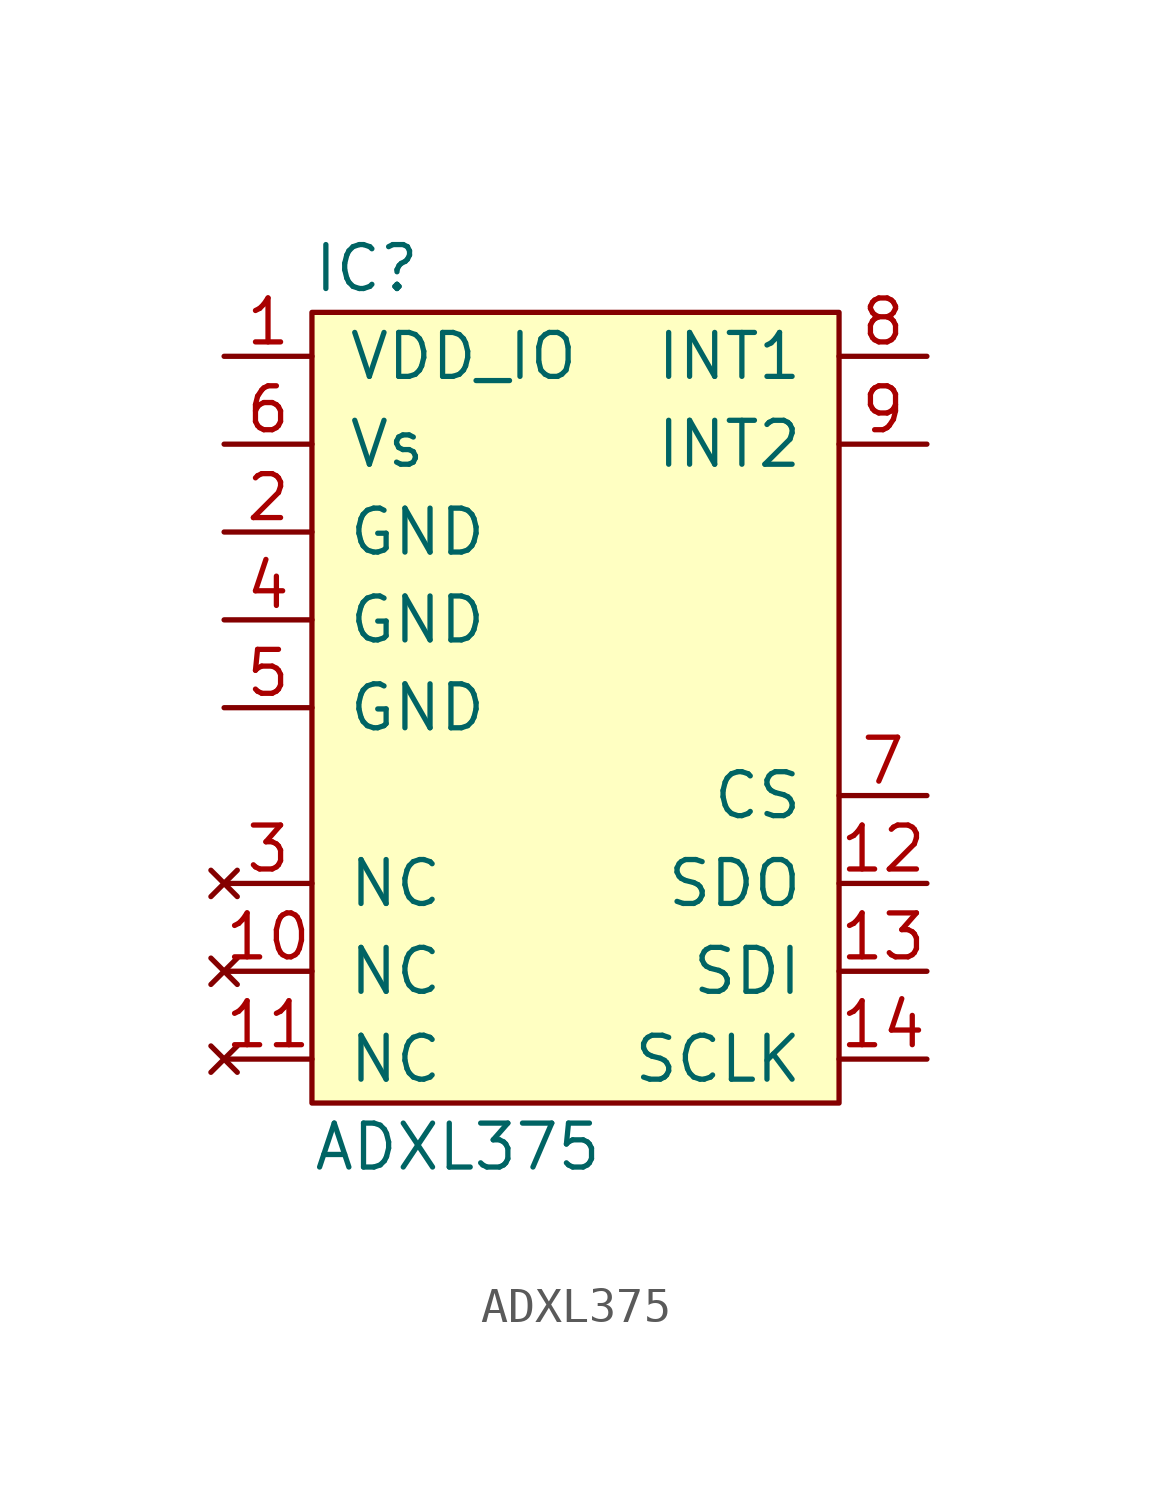
<source format=kicad_sym>
(kicad_symbol_lib
  (version 20211014)
  (generator kicad_symbol_editor)
  (symbol "ADXL375"
    (pin_names
      (offset 1.016))
    (property "Reference" "IC"
      (at -7.62 10.16 0)
      (effects (font (size 1.27 1.27)) (justify left)))
    (property "Value" "ADXL375"
      (at -7.62 -15.24 0)
      (effects (font (size 1.27 1.27)) (justify left)))
    (symbol "ADXL375_0_1"
      (rectangle (start 7.62 8.89) (end -7.62 -13.97) (stroke (width 0) (type default) (color 0 0 0 0)) (fill (type background))))
    (symbol "ADXL375_1_1"
      (pin power_in line (at -10.16 7.62 0) (length 2.54) (name "VDD_IO" (effects (font (size 1.27 1.27)))) (number "1" (effects (font (size 1.27 1.27)))))
      (pin no_connect line (at -10.16 -10.16 0) (length 2.54) (name "NC" (effects (font (size 1.27 1.27)))) (number "10" (effects (font (size 1.27 1.27)))))
      (pin no_connect line (at -10.16 -12.7 0) (length 2.54) (name "NC" (effects (font (size 1.27 1.27)))) (number "11" (effects (font (size 1.27 1.27)))))
      (pin output line (at 10.16 -7.62 180) (length 2.54) (name "SDO" (effects (font (size 1.27 1.27)))) (number "12" (effects (font (size 1.27 1.27)))))
      (pin input line (at 10.16 -10.16 180) (length 2.54) (name "SDI" (effects (font (size 1.27 1.27)))) (number "13" (effects (font (size 1.27 1.27)))))
      (pin input line (at 10.16 -12.7 180) (length 2.54) (name "SCLK" (effects (font (size 1.27 1.27)))) (number "14" (effects (font (size 1.27 1.27)))))
      (pin power_in line (at -10.16 2.54 0) (length 2.54) (name "GND" (effects (font (size 1.27 1.27)))) (number "2" (effects (font (size 1.27 1.27)))))
      (pin no_connect line (at -10.16 -7.62 0) (length 2.54) (name "NC" (effects (font (size 1.27 1.27)))) (number "3" (effects (font (size 1.27 1.27)))))
      (pin power_in line (at -10.16 0 0) (length 2.54) (name "GND" (effects (font (size 1.27 1.27)))) (number "4" (effects (font (size 1.27 1.27)))))
      (pin power_in line (at -10.16 -2.54 0) (length 2.54) (name "GND" (effects (font (size 1.27 1.27)))) (number "5" (effects (font (size 1.27 1.27)))))
      (pin power_in line (at -10.16 5.08 0) (length 2.54) (name "Vs" (effects (font (size 1.27 1.27)))) (number "6" (effects (font (size 1.27 1.27)))))
      (pin input line (at 10.16 -5.08 180) (length 2.54) (name "CS" (effects (font (size 1.27 1.27)))) (number "7" (effects (font (size 1.27 1.27)))))
      (pin output line (at 10.16 7.62 180) (length 2.54) (name "INT1" (effects (font (size 1.27 1.27)))) (number "8" (effects (font (size 1.27 1.27)))))
      (pin output line (at 10.16 5.08 180) (length 2.54) (name "INT2" (effects (font (size 1.27 1.27)))) (number "9" (effects (font (size 1.27 1.27))))))))
</source>
